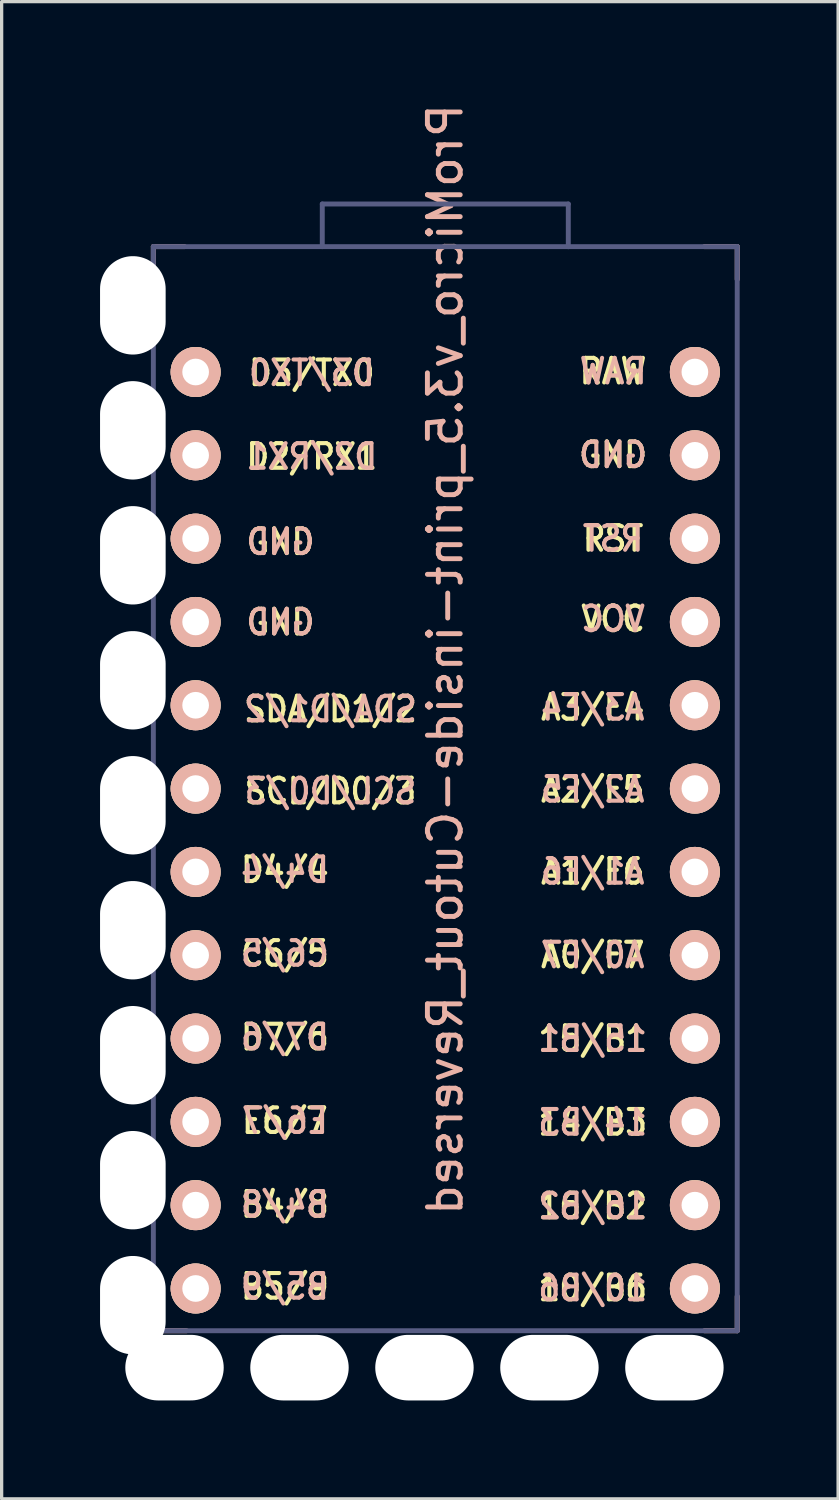
<source format=kicad_pcb>
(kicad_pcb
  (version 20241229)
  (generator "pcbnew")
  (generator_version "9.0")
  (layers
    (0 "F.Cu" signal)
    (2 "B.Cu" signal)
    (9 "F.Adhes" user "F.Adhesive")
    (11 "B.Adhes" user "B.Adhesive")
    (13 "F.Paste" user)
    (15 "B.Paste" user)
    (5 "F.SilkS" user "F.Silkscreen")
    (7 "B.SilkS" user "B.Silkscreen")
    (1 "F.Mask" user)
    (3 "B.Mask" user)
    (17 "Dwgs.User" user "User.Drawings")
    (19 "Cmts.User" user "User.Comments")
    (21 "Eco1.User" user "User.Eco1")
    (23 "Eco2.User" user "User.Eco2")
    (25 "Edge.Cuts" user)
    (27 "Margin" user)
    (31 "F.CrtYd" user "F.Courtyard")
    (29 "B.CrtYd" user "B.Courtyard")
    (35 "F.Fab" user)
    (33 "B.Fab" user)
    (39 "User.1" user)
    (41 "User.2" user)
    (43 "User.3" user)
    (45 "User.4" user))
  (footprint "ProMicro_v3.5_print-inside-Cutout_Reversed"
    (layer "F.Cu")
    (at 10.525 22.769)
    (property "Reference" "ProMicro_v3.5_print-inside-Cutout_Reversed" (at 0 -5.715 90) (layer "B.SilkS") (effects (font (size 1 1) (thickness 0.15)) (justify mirror)))
    (attr through_hole)
    (fp_line (start -8.9 -18.3) (end -8.9 -17.3) (stroke (width 0.15) (type solid)) (layer "B.SilkS"))
    (fp_line (start -8.9 -18.3) (end -7.95 -18.3) (stroke (width 0.15) (type solid)) (layer "B.SilkS"))
    (fp_line (start -8.9 13.75) (end -8.9 14.75) (stroke (width 0.15) (type solid)) (layer "B.SilkS"))
    (fp_line (start -8.9 14.75) (end -7.89 14.75) (stroke (width 0.15) (type solid)) (layer "B.SilkS"))
    (fp_line (start 8.9 -18.3) (end 7.9 -18.3) (stroke (width 0.15) (type solid)) (layer "B.SilkS"))
    (fp_line (start 8.9 -18.3) (end 8.9 -17.3) (stroke (width 0.15) (type solid)) (layer "B.SilkS"))
    (fp_line (start 8.9 13.7) (end 8.9 14.75) (stroke (width 0.15) (type solid)) (layer "B.SilkS"))
    (fp_line (start 8.9 14.75) (end 7.9 14.75) (stroke (width 0.15) (type solid)) (layer "B.SilkS"))
    (fp_line (start -8.9 -18.3) (end -8.9 14.75) (stroke (width 0.15) (type solid)) (layer "B.Fab"))
    (fp_line (start -8.9 14.75) (end 8.9 14.75) (stroke (width 0.15) (type solid)) (layer "B.Fab"))
    (fp_line (start -3.76 -18.3) (end -8.9 -18.3) (stroke (width 0.15) (type solid)) (layer "B.Fab"))
    (fp_line (start -3.75 -19.6) (end -3.75 -18.3) (stroke (width 0.15) (type solid)) (layer "B.Fab"))
    (fp_line (start 3.75 -19.6) (end -3.75 -19.6) (stroke (width 0.15) (type solid)) (layer "B.Fab"))
    (fp_line (start 3.75 -19.6) (end 3.75 -18.299) (stroke (width 0.15) (type solid)) (layer "B.Fab"))
    (fp_line (start 3.75 -18.3) (end -3.75 -18.3) (stroke (width 0.15) (type solid)) (layer "B.Fab"))
    (fp_line (start 8.9 -18.3) (end 3.75 -18.3) (stroke (width 0.15) (type solid)) (layer "B.Fab"))
    (fp_line (start 8.9 14.75) (end 8.9 -18.3) (stroke (width 0.15) (type solid)) (layer "B.Fab"))
    (fp_text user "10/B6" (at 4.495 13.45 0) (unlocked yes) (layer "F.SilkS") (effects (font (size 0.75 0.67) (thickness 0.125))))
    (fp_text user "A0/F7" (at 4.495 3.3 0) (unlocked yes) (layer "F.SilkS") (effects (font (size 0.75 0.67) (thickness 0.125))))
    (fp_text user "D7/6" (at -4.89 5.8 0) (unlocked yes) (layer "F.SilkS") (effects (font (size 0.75 0.67) (thickness 0.125))))
    (fp_text user "D4/4" (at -4.89 0.7 0) (unlocked yes) (layer "F.SilkS") (effects (font (size 0.75 0.67) (thickness 0.125))))
    (fp_text user "SCL/D0/3" (at -3.5 -1.7 0) (unlocked yes) (layer "F.SilkS") (effects (font (size 0.75 0.67) (thickness 0.125))))
    (fp_text user "RAW" (at 5.115 -14.5 0) (unlocked yes) (layer "F.SilkS") (effects (font (size 0.75 0.67) (thickness 0.125))))
    (fp_text user "GND" (at -5.025 -9.3 0) (unlocked yes) (layer "F.SilkS") (effects (font (size 0.75 0.67) (thickness 0.125))))
    (fp_text user "A2/F5" (at 4.495 -1.75 0) (unlocked yes) (layer "F.SilkS") (effects (font (size 0.75 0.67) (thickness 0.125))))
    (fp_text user "A1/F6" (at 4.495 0.75 0) (unlocked yes) (layer "F.SilkS") (effects (font (size 0.75 0.67) (thickness 0.125))))
    (fp_text user "B5/9" (at -4.89 13.4 0) (unlocked yes) (layer "F.SilkS") (effects (font (size 0.75 0.67) (thickness 0.125))))
    (fp_text user "D3/TX0" (at -4.07 -14.45 0) (unlocked yes) (layer "F.SilkS") (effects (font (size 0.75 0.67) (thickness 0.125))))
    (fp_text user "15/B1" (at 4.495 5.85 0) (unlocked yes) (layer "F.SilkS") (effects (font (size 0.75 0.67) (thickness 0.125))))
    (fp_text user "16/B2" (at 4.495 10.95 0) (unlocked yes) (layer "F.SilkS") (effects (font (size 0.75 0.67) (thickness 0.125))))
    (fp_text user "E6/7" (at -4.89 8.35 0) (unlocked yes) (layer "F.SilkS") (effects (font (size 0.75 0.67) (thickness 0.125))))
    (fp_text user "D2/RX1" (at -4.07 -11.9 0) (unlocked yes) (layer "F.SilkS") (effects (font (size 0.75 0.67) (thickness 0.125))))
    (fp_text user "SDA/D1/2" (at -3.5 -4.2 0) (unlocked yes) (layer "F.SilkS") (effects (font (size 0.75 0.67) (thickness 0.125))))
    (fp_text user "GND" (at 5.115 -11.95 0) (unlocked yes) (layer "F.SilkS") (effects (font (size 0.75 0.67) (thickness 0.125))))
    (fp_text user "14/B3" (at 4.495 8.4 0) (unlocked yes) (layer "F.SilkS") (effects (font (size 0.75 0.67) (thickness 0.125))))
    (fp_text user "C6/5" (at -4.89 3.25 0) (unlocked yes) (layer "F.SilkS") (effects (font (size 0.75 0.67) (thickness 0.125))))
    (fp_text user "A3/F4" (at 4.495 -4.25 0) (unlocked yes) (layer "F.SilkS") (effects (font (size 0.75 0.67) (thickness 0.125))))
    (fp_text user "GND" (at -5.025 -6.85 0) (unlocked yes) (layer "F.SilkS") (effects (font (size 0.75 0.67) (thickness 0.125))))
    (fp_text user "RST" (at 5.115 -9.4 0) (unlocked yes) (layer "F.SilkS") (effects (font (size 0.75 0.67) (thickness 0.125))))
    (fp_text user "B4/8" (at -4.89 10.9 0) (unlocked yes) (layer "F.SilkS") (effects (font (size 0.75 0.67) (thickness 0.125))))
    (fp_text user "VCC" (at 5.115 -6.95 0) (unlocked yes) (layer "F.SilkS") (effects (font (size 0.75 0.67) (thickness 0.125))))
    (fp_text user "14/B3" (at 4.495 8.4 0) (unlocked yes) (layer "B.SilkS") (effects (font (size 0.75 0.67) (thickness 0.125)) (justify mirror)))
    (fp_text user "SDA/D1/2" (at -3.5 -4.2 0) (unlocked yes) (layer "B.SilkS") (effects (font (size 0.75 0.67) (thickness 0.125)) (justify mirror)))
    (fp_text user "D7/6" (at -4.89 5.8 0) (unlocked yes) (layer "B.SilkS") (effects (font (size 0.75 0.67) (thickness 0.125)) (justify mirror)))
    (fp_text user "D2/RX1" (at -4.07 -11.9 0) (unlocked yes) (layer "B.SilkS") (effects (font (size 0.75 0.67) (thickness 0.125)) (justify mirror)))
    (fp_text user "RST" (at 5.115 -9.4 0) (unlocked yes) (layer "B.SilkS") (effects (font (size 0.75 0.67) (thickness 0.125)) (justify mirror)))
    (fp_text user "D3/TX0" (at -4.07 -14.45 0) (unlocked yes) (layer "B.SilkS") (effects (font (size 0.75 0.67) (thickness 0.125)) (justify mirror)))
    (fp_text user "RAW" (at 5.115 -14.5 0) (unlocked yes) (layer "B.SilkS") (effects (font (size 0.75 0.67) (thickness 0.125)) (justify mirror)))
    (fp_text user "GND" (at 5.115 -11.95 0) (unlocked yes) (layer "B.SilkS") (effects (font (size 0.75 0.67) (thickness 0.125)) (justify mirror)))
    (fp_text user "B4/8" (at -4.89 10.9 0) (unlocked yes) (layer "B.SilkS") (effects (font (size 0.75 0.67) (thickness 0.125)) (justify mirror)))
    (fp_text user "A2/F5" (at 4.495 -1.75 0) (unlocked yes) (layer "B.SilkS") (effects (font (size 0.75 0.67) (thickness 0.125)) (justify mirror)))
    (fp_text user "GND" (at -5.025 -6.85 0) (unlocked yes) (layer "B.SilkS") (effects (font (size 0.75 0.67) (thickness 0.125)) (justify mirror)))
    (fp_text user "B5/9" (at -4.89 13.4 0) (unlocked yes) (layer "B.SilkS") (effects (font (size 0.75 0.67) (thickness 0.125)) (justify mirror)))
    (fp_text user "A3/F4" (at 4.495 -4.25 0) (unlocked yes) (layer "B.SilkS") (effects (font (size 0.75 0.67) (thickness 0.125)) (justify mirror)))
    (fp_text user "GND" (at -5.025 -9.3 0) (unlocked yes) (layer "B.SilkS") (effects (font (size 0.75 0.67) (thickness 0.125)) (justify mirror)))
    (fp_text user "16/B2" (at 4.495 10.95 0) (unlocked yes) (layer "B.SilkS") (effects (font (size 0.75 0.67) (thickness 0.125)) (justify mirror)))
    (fp_text user "VCC" (at 5.115 -6.95 0) (unlocked yes) (layer "B.SilkS") (effects (font (size 0.75 0.67) (thickness 0.125)) (justify mirror)))
    (fp_text user "C6/5" (at -4.89 3.25 0) (unlocked yes) (layer "B.SilkS") (effects (font (size 0.75 0.67) (thickness 0.125)) (justify mirror)))
    (fp_text user "D4/4" (at -4.89 0.7 0) (unlocked yes) (layer "B.SilkS") (effects (font (size 0.75 0.67) (thickness 0.125)) (justify mirror)))
    (fp_text user "A0/F7" (at 4.495 3.3 0) (unlocked yes) (layer "B.SilkS") (effects (font (size 0.75 0.67) (thickness 0.125)) (justify mirror)))
    (fp_text user "15/B1" (at 4.495 5.85 0) (unlocked yes) (layer "B.SilkS") (effects (font (size 0.75 0.67) (thickness 0.125)) (justify mirror)))
    (fp_text user "E6/7" (at -4.89 8.35 0) (unlocked yes) (layer "B.SilkS") (effects (font (size 0.75 0.67) (thickness 0.125)) (justify mirror)))
    (fp_text user "SCL/D0/3" (at -3.5 -1.7 0) (unlocked yes) (layer "B.SilkS") (effects (font (size 0.75 0.67) (thickness 0.125)) (justify mirror)))
    (fp_text user "10/B6" (at 4.495 13.45 0) (unlocked yes) (layer "B.SilkS") (effects (font (size 0.75 0.67) (thickness 0.125)) (justify mirror)))
    (fp_text user "A1/F6" (at 4.495 0.75 0) (unlocked yes) (layer "B.SilkS") (effects (font (size 0.75 0.67) (thickness 0.125)) (justify mirror)))
    (pad "" np_thru_hole oval (at -9.525 -16.51) (size 2 3) (drill oval 2 3) (layers "*.Cu" "*.Mask"))
    (pad "" np_thru_hole oval (at -9.525 -12.7) (size 2 3) (drill oval 2 3) (layers "*.Cu" "*.Mask"))
    (pad "" np_thru_hole oval (at -9.525 -8.89) (size 2 3) (drill oval 2 3) (layers "*.Cu" "*.Mask"))
    (pad "" np_thru_hole oval (at -9.525 -5.08) (size 2 3) (drill oval 2 3) (layers "*.Cu" "*.Mask"))
    (pad "" np_thru_hole oval (at -9.525 -1.27) (size 2 3) (drill oval 2 3) (layers "*.Cu" "*.Mask"))
    (pad "" np_thru_hole oval (at -9.525 2.54) (size 2 3) (drill oval 2 3) (layers "*.Cu" "*.Mask"))
    (pad "" np_thru_hole oval (at -9.525 6.35) (size 2 3) (drill oval 2 3) (layers "*.Cu" "*.Mask"))
    (pad "" np_thru_hole oval (at -9.525 10.16) (size 2 3) (drill oval 2 3) (layers "*.Cu" "*.Mask"))
    (pad "" np_thru_hole oval (at -9.525 13.97) (size 2 3) (drill oval 2 3) (layers "*.Cu" "*.Mask"))
    (pad "" np_thru_hole oval (at -8.255 15.875) (size 3 2) (drill oval 3 2) (layers "*.Cu" "*.Mask"))
    (pad "" np_thru_hole oval (at -4.445 15.875) (size 3 2) (drill oval 3 2) (layers "*.Cu" "*.Mask"))
    (pad "" np_thru_hole oval (at -0.635 15.875) (size 3 2) (drill oval 3 2) (layers "*.Cu" "*.Mask"))
    (pad "" np_thru_hole oval (at 3.175 15.875) (size 3 2) (drill oval 3 2) (layers "*.Cu" "*.Mask"))
    (pad "" np_thru_hole oval (at 6.985 15.875) (size 3 2) (drill oval 3 2) (layers "*.Cu" "*.Mask"))
    (pad "1" thru_hole circle (at -7.611 -14.478) (size 1.524 1.524) (drill 0.813) (layers "*.Cu" "*.SilkS" "*.Mask"))
    (pad "2" thru_hole circle (at -7.611 -11.938) (size 1.524 1.524) (drill 0.813) (layers "*.Cu" "*.SilkS" "*.Mask"))
    (pad "3" thru_hole circle (at -7.611 -9.398) (size 1.524 1.524) (drill 0.813) (layers "*.Cu" "*.SilkS" "*.Mask"))
    (pad "4" thru_hole circle (at -7.611 -6.858) (size 1.524 1.524) (drill 0.813) (layers "*.Cu" "*.SilkS" "*.Mask"))
    (pad "5" thru_hole circle (at -7.611 -4.318) (size 1.524 1.524) (drill 0.813) (layers "*.Cu" "*.SilkS" "*.Mask"))
    (pad "6" thru_hole circle (at -7.611 -1.778) (size 1.524 1.524) (drill 0.813) (layers "*.Cu" "*.SilkS" "*.Mask"))
    (pad "7" thru_hole circle (at -7.611 0.762) (size 1.524 1.524) (drill 0.813) (layers "*.Cu" "*.SilkS" "*.Mask"))
    (pad "8" thru_hole circle (at -7.611 3.302) (size 1.524 1.524) (drill 0.813) (layers "*.Cu" "*.SilkS" "*.Mask"))
    (pad "9" thru_hole circle (at -7.611 5.842) (size 1.524 1.524) (drill 0.813) (layers "*.Cu" "*.SilkS" "*.Mask"))
    (pad "10" thru_hole circle (at -7.611 8.382) (size 1.524 1.524) (drill 0.813) (layers "*.Cu" "*.SilkS" "*.Mask"))
    (pad "11" thru_hole circle (at -7.611 10.922) (size 1.524 1.524) (drill 0.813) (layers "*.Cu" "*.SilkS" "*.Mask"))
    (pad "12" thru_hole circle (at -7.611 13.462) (size 1.524 1.524) (drill 0.813) (layers "*.Cu" "*.SilkS" "*.Mask"))
    (pad "13" thru_hole circle (at 7.609 13.462) (size 1.524 1.524) (drill 0.813) (layers "*.Cu" "*.SilkS" "*.Mask"))
    (pad "14" thru_hole circle (at 7.609 10.922) (size 1.524 1.524) (drill 0.813) (layers "*.Cu" "*.SilkS" "*.Mask"))
    (pad "15" thru_hole circle (at 7.609 8.382) (size 1.524 1.524) (drill 0.813) (layers "*.Cu" "*.SilkS" "*.Mask"))
    (pad "16" thru_hole circle (at 7.609 5.842) (size 1.524 1.524) (drill 0.813) (layers "*.Cu" "*.SilkS" "*.Mask"))
    (pad "17" thru_hole circle (at 7.609 3.302) (size 1.524 1.524) (drill 0.813) (layers "*.Cu" "*.SilkS" "*.Mask"))
    (pad "18" thru_hole circle (at 7.609 0.762) (size 1.524 1.524) (drill 0.813) (layers "*.Cu" "*.SilkS" "*.Mask"))
    (pad "19" thru_hole circle (at 7.609 -1.778) (size 1.524 1.524) (drill 0.813) (layers "*.Cu" "*.SilkS" "*.Mask"))
    (pad "20" thru_hole circle (at 7.609 -4.318) (size 1.524 1.524) (drill 0.813) (layers "*.Cu" "*.SilkS" "*.Mask"))
    (pad "21" thru_hole circle (at 7.609 -6.858) (size 1.524 1.524) (drill 0.813) (layers "*.Cu" "*.SilkS" "*.Mask"))
    (pad "22" thru_hole circle (at 7.609 -9.398) (size 1.524 1.524) (drill 0.813) (layers "*.Cu" "*.SilkS" "*.Mask"))
    (pad "23" thru_hole circle (at 7.609 -11.938) (size 1.524 1.524) (drill 0.813) (layers "*.Cu" "*.SilkS" "*.Mask"))
    (pad "24" thru_hole circle (at 7.609 -14.478) (size 1.524 1.524) (drill 0.813) (layers "*.Cu" "*.SilkS" "*.Mask")))
  (gr_rect
    (start -3 -3)
    (end 22.5 42.644)
    (stroke (width 0.1) (type default))
    (fill no)
    (layer "Edge.Cuts")))
</source>
